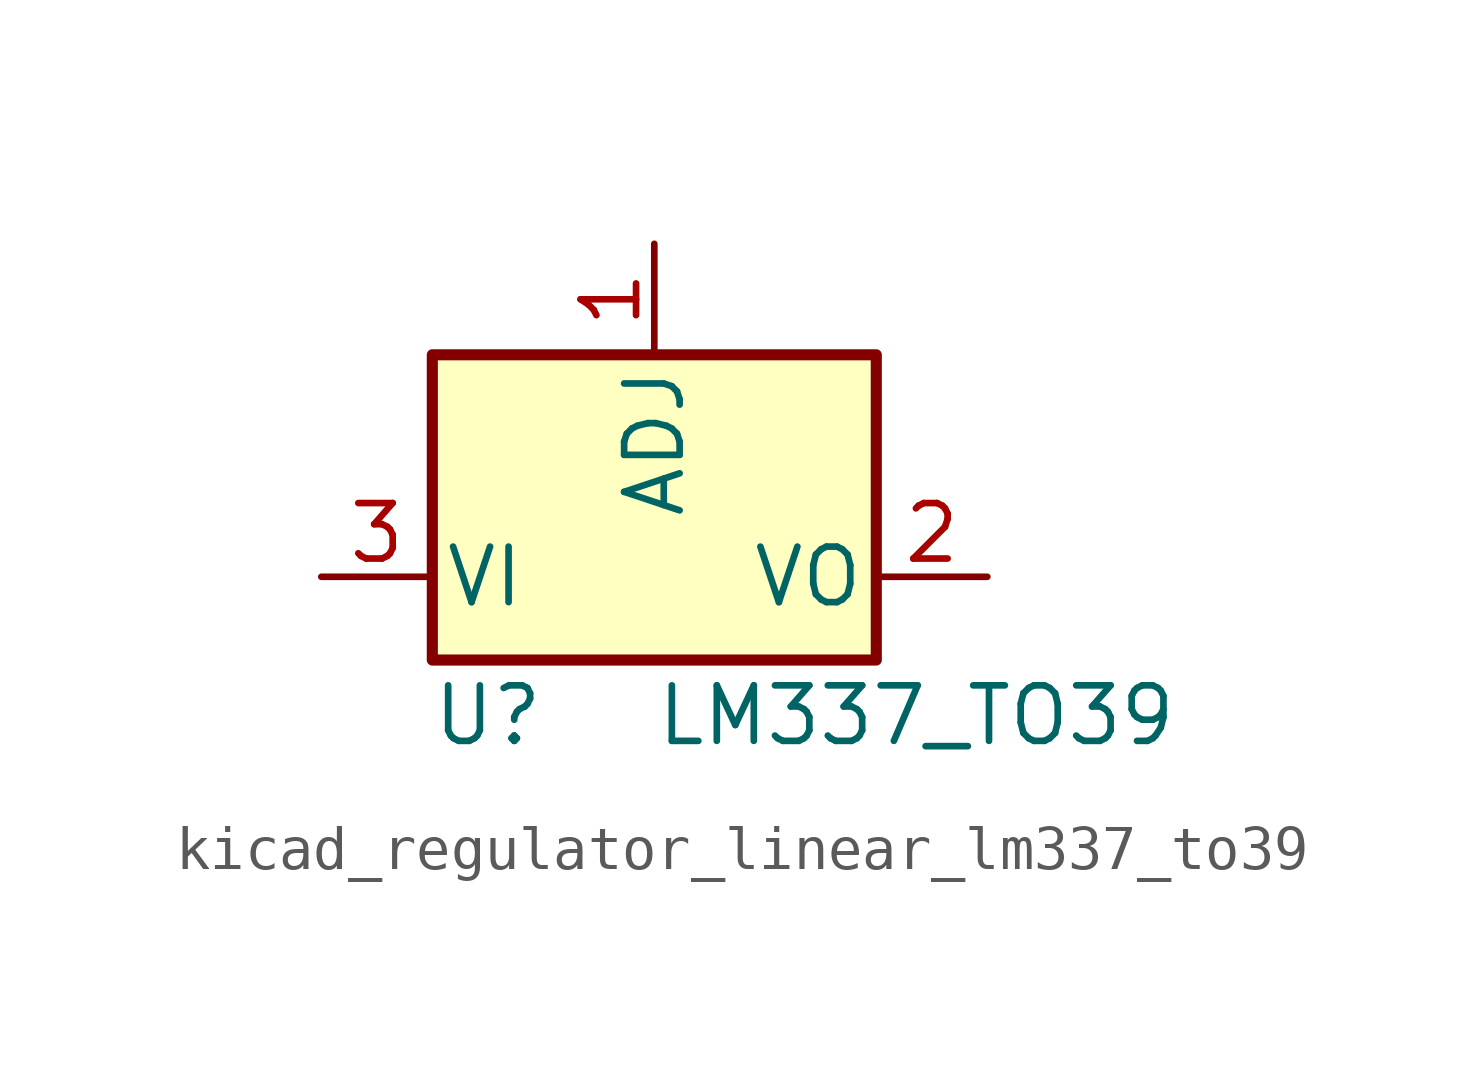
<source format=kicad_sym>
(kicad_symbol_lib
  (version 20220914)
  (generator kicad_symbol_editor)
  (symbol "kicad_regulator_linear_lm337_to39"
    (pin_names
      (offset 0.254))
    (property "Reference" "U"
      (at -3.81 -3.175 0)
      (effects (font (size 1.27 1.27))))
    (property "Value" "LM337_TO39"
      (at 0 -3.175 0)
      (effects (font (size 1.27 1.27)) (justify left)))
    (symbol "kicad_regulator_linear_lm337_to39_0_1"
      (rectangle (start -5.08 5.08) (end 5.08 -1.905) (stroke (width 0.254) (type default)) (fill (type background))))
    (symbol "kicad_regulator_linear_lm337_to39_1_1"
      (pin input line (at 0 7.62 270) (length 2.54) (name "ADJ" (effects (font (size 1.27 1.27)))) (number "1" (effects (font (size 1.27 1.27)))))
      (pin power_out line (at 7.62 0 180) (length 2.54) (name "VO" (effects (font (size 1.27 1.27)))) (number "2" (effects (font (size 1.27 1.27)))))
      (pin power_in line (at -7.62 0 0) (length 2.54) (name "VI" (effects (font (size 1.27 1.27)))) (number "3" (effects (font (size 1.27 1.27))))))))
</source>
